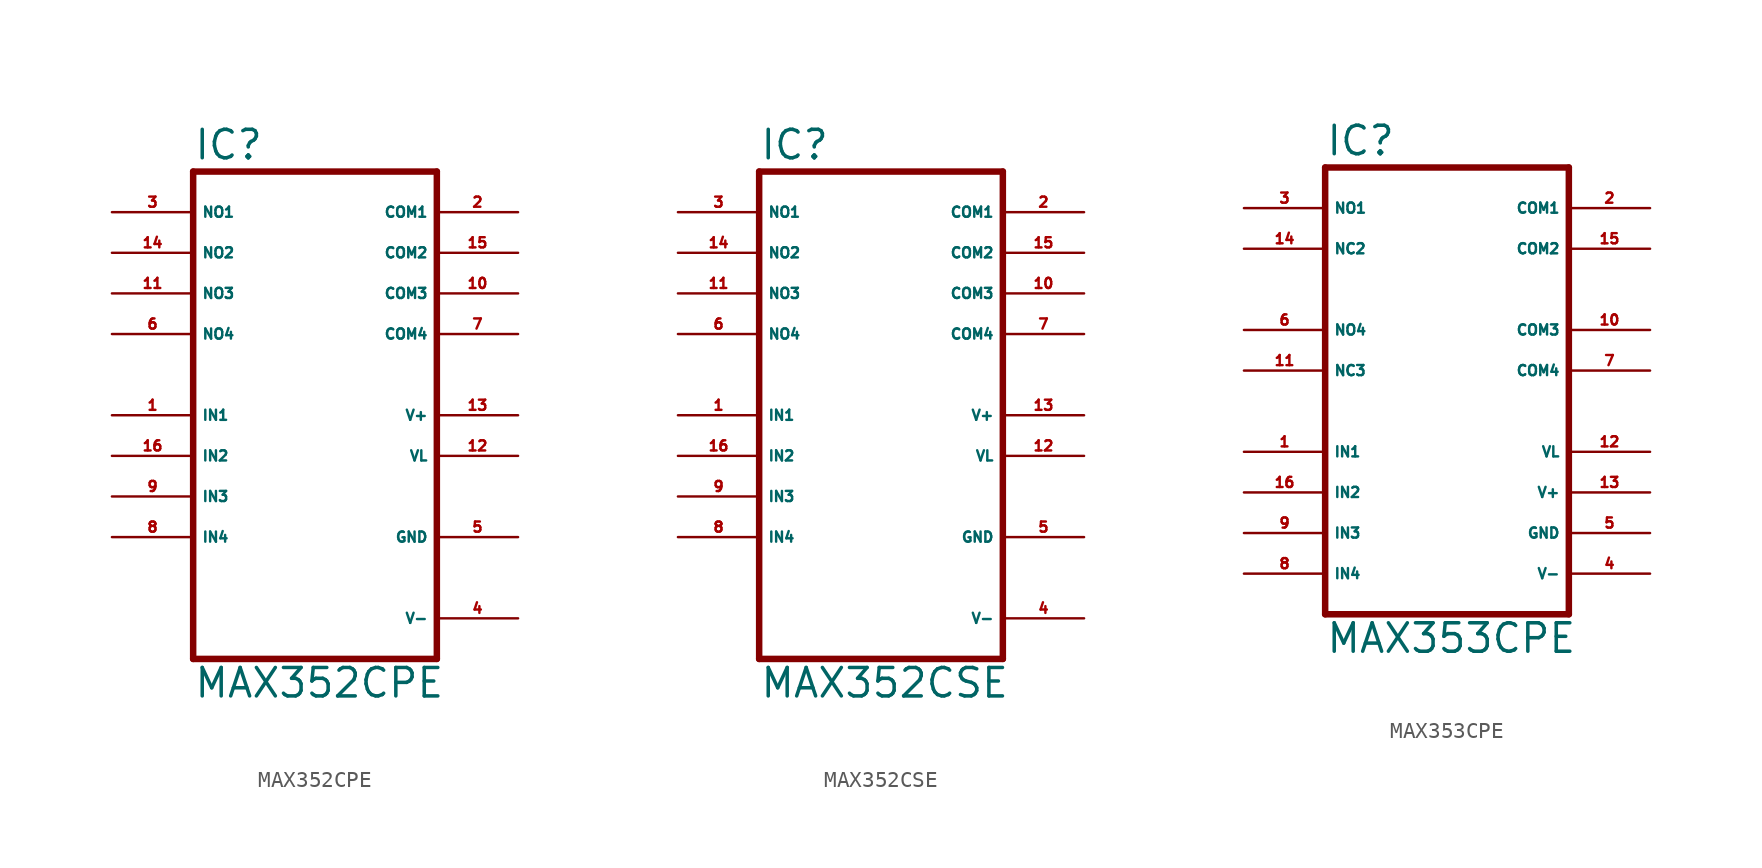
<source format=kicad_sym>
(kicad_symbol_lib
  (version 20220914)
  (generator Eagle2Kicad)
  (symbol "MAX352CPE"
    (property "Reference" "IC"
      (at -7.62 15.875 0)
      (effects (font (size 1.778 1.778) (thickness 0.22)) (justify left bottom)))
    (property "Value" "MAX352CPE"
      (at -7.62 -17.78 0)
      (effects (font (size 1.778 1.778) (thickness 0.22)) (justify left bottom)))
    (polyline
      (pts (xy 7.62 -15.24) (xy -7.62 -15.24))
      (stroke (width 0.406) (type default))
      (fill (type none)))
    (polyline
      (pts (xy -7.62 -15.24) (xy -7.62 15.24))
      (stroke (width 0.406) (type default))
      (fill (type none)))
    (polyline
      (pts (xy -7.62 15.24) (xy 7.62 15.24))
      (stroke (width 0.406) (type default))
      (fill (type none)))
    (polyline
      (pts (xy 7.62 15.24) (xy 7.62 -15.24))
      (stroke (width 0.406) (type default))
      (fill (type none)))
    (pin input line
      (at -12.7 0 0)
      (length 5.08)
      (name "IN1" (effects (font (size 0.635 0.635) (thickness 0.08)) (justify left bottom)))
      (number "1" (effects (font (size 0.635 0.635) (thickness 0.08)) (justify left bottom))))
    (pin input line
      (at -12.7 -2.54 0)
      (length 5.08)
      (name "IN2" (effects (font (size 0.635 0.635) (thickness 0.08)) (justify left bottom)))
      (number "16" (effects (font (size 0.635 0.635) (thickness 0.08)) (justify left bottom))))
    (pin input line
      (at -12.7 -5.08 0)
      (length 5.08)
      (name "IN3" (effects (font (size 0.635 0.635) (thickness 0.08)) (justify left bottom)))
      (number "9" (effects (font (size 0.635 0.635) (thickness 0.08)) (justify left bottom))))
    (pin input line
      (at -12.7 -7.62 0)
      (length 5.08)
      (name "IN4" (effects (font (size 0.635 0.635) (thickness 0.08)) (justify left bottom)))
      (number "8" (effects (font (size 0.635 0.635) (thickness 0.08)) (justify left bottom))))
    (pin passive line
      (at -12.7 12.7 0)
      (length 5.08)
      (name "NO1" (effects (font (size 0.635 0.635) (thickness 0.08)) (justify left bottom)))
      (number "3" (effects (font (size 0.635 0.635) (thickness 0.08)) (justify left bottom))))
    (pin passive line
      (at -12.7 10.16 0)
      (length 5.08)
      (name "NO2" (effects (font (size 0.635 0.635) (thickness 0.08)) (justify left bottom)))
      (number "14" (effects (font (size 0.635 0.635) (thickness 0.08)) (justify left bottom))))
    (pin passive line
      (at -12.7 7.62 0)
      (length 5.08)
      (name "NO3" (effects (font (size 0.635 0.635) (thickness 0.08)) (justify left bottom)))
      (number "11" (effects (font (size 0.635 0.635) (thickness 0.08)) (justify left bottom))))
    (pin passive line
      (at -12.7 5.08 0)
      (length 5.08)
      (name "NO4" (effects (font (size 0.635 0.635) (thickness 0.08)) (justify left bottom)))
      (number "6" (effects (font (size 0.635 0.635) (thickness 0.08)) (justify left bottom))))
    (pin passive line
      (at 12.7 12.7 180)
      (length 5.08)
      (name "COM1" (effects (font (size 0.635 0.635) (thickness 0.08)) (justify left bottom)))
      (number "2" (effects (font (size 0.635 0.635) (thickness 0.08)) (justify left bottom))))
    (pin passive line
      (at 12.7 10.16 180)
      (length 5.08)
      (name "COM2" (effects (font (size 0.635 0.635) (thickness 0.08)) (justify left bottom)))
      (number "15" (effects (font (size 0.635 0.635) (thickness 0.08)) (justify left bottom))))
    (pin passive line
      (at 12.7 7.62 180)
      (length 5.08)
      (name "COM3" (effects (font (size 0.635 0.635) (thickness 0.08)) (justify left bottom)))
      (number "10" (effects (font (size 0.635 0.635) (thickness 0.08)) (justify left bottom))))
    (pin passive line
      (at 12.7 5.08 180)
      (length 5.08)
      (name "COM4" (effects (font (size 0.635 0.635) (thickness 0.08)) (justify left bottom)))
      (number "7" (effects (font (size 0.635 0.635) (thickness 0.08)) (justify left bottom))))
    (pin unspecified line
      (at 12.7 0 180)
      (length 5.08)
      (name "V+" (effects (font (size 0.635 0.635) (thickness 0.08)) (justify left bottom)))
      (number "13" (effects (font (size 0.635 0.635) (thickness 0.08)) (justify left bottom))))
    (pin unspecified line
      (at 12.7 -2.54 180)
      (length 5.08)
      (name "VL" (effects (font (size 0.635 0.635) (thickness 0.08)) (justify left bottom)))
      (number "12" (effects (font (size 0.635 0.635) (thickness 0.08)) (justify left bottom))))
    (pin unspecified line
      (at 12.7 -7.62 180)
      (length 5.08)
      (name "GND" (effects (font (size 0.635 0.635) (thickness 0.08)) (justify left bottom)))
      (number "5" (effects (font (size 0.635 0.635) (thickness 0.08)) (justify left bottom))))
    (pin unspecified line
      (at 12.7 -12.7 180)
      (length 5.08)
      (name "V-" (effects (font (size 0.635 0.635) (thickness 0.08)) (justify left bottom)))
      (number "4" (effects (font (size 0.635 0.635) (thickness 0.08)) (justify left bottom)))))
  (symbol "MAX352CSE"
    (property "Reference" "IC"
      (at -7.62 15.875 0)
      (effects (font (size 1.778 1.778) (thickness 0.22)) (justify left bottom)))
    (property "Value" "MAX352CSE"
      (at -7.62 -17.78 0)
      (effects (font (size 1.778 1.778) (thickness 0.22)) (justify left bottom)))
    (polyline
      (pts (xy 7.62 -15.24) (xy -7.62 -15.24))
      (stroke (width 0.406) (type default))
      (fill (type none)))
    (polyline
      (pts (xy -7.62 -15.24) (xy -7.62 15.24))
      (stroke (width 0.406) (type default))
      (fill (type none)))
    (polyline
      (pts (xy -7.62 15.24) (xy 7.62 15.24))
      (stroke (width 0.406) (type default))
      (fill (type none)))
    (polyline
      (pts (xy 7.62 15.24) (xy 7.62 -15.24))
      (stroke (width 0.406) (type default))
      (fill (type none)))
    (pin input line
      (at -12.7 0 0)
      (length 5.08)
      (name "IN1" (effects (font (size 0.635 0.635) (thickness 0.08)) (justify left bottom)))
      (number "1" (effects (font (size 0.635 0.635) (thickness 0.08)) (justify left bottom))))
    (pin input line
      (at -12.7 -2.54 0)
      (length 5.08)
      (name "IN2" (effects (font (size 0.635 0.635) (thickness 0.08)) (justify left bottom)))
      (number "16" (effects (font (size 0.635 0.635) (thickness 0.08)) (justify left bottom))))
    (pin input line
      (at -12.7 -5.08 0)
      (length 5.08)
      (name "IN3" (effects (font (size 0.635 0.635) (thickness 0.08)) (justify left bottom)))
      (number "9" (effects (font (size 0.635 0.635) (thickness 0.08)) (justify left bottom))))
    (pin input line
      (at -12.7 -7.62 0)
      (length 5.08)
      (name "IN4" (effects (font (size 0.635 0.635) (thickness 0.08)) (justify left bottom)))
      (number "8" (effects (font (size 0.635 0.635) (thickness 0.08)) (justify left bottom))))
    (pin passive line
      (at -12.7 12.7 0)
      (length 5.08)
      (name "NO1" (effects (font (size 0.635 0.635) (thickness 0.08)) (justify left bottom)))
      (number "3" (effects (font (size 0.635 0.635) (thickness 0.08)) (justify left bottom))))
    (pin passive line
      (at -12.7 10.16 0)
      (length 5.08)
      (name "NO2" (effects (font (size 0.635 0.635) (thickness 0.08)) (justify left bottom)))
      (number "14" (effects (font (size 0.635 0.635) (thickness 0.08)) (justify left bottom))))
    (pin passive line
      (at -12.7 7.62 0)
      (length 5.08)
      (name "NO3" (effects (font (size 0.635 0.635) (thickness 0.08)) (justify left bottom)))
      (number "11" (effects (font (size 0.635 0.635) (thickness 0.08)) (justify left bottom))))
    (pin passive line
      (at -12.7 5.08 0)
      (length 5.08)
      (name "NO4" (effects (font (size 0.635 0.635) (thickness 0.08)) (justify left bottom)))
      (number "6" (effects (font (size 0.635 0.635) (thickness 0.08)) (justify left bottom))))
    (pin passive line
      (at 12.7 12.7 180)
      (length 5.08)
      (name "COM1" (effects (font (size 0.635 0.635) (thickness 0.08)) (justify left bottom)))
      (number "2" (effects (font (size 0.635 0.635) (thickness 0.08)) (justify left bottom))))
    (pin passive line
      (at 12.7 10.16 180)
      (length 5.08)
      (name "COM2" (effects (font (size 0.635 0.635) (thickness 0.08)) (justify left bottom)))
      (number "15" (effects (font (size 0.635 0.635) (thickness 0.08)) (justify left bottom))))
    (pin passive line
      (at 12.7 7.62 180)
      (length 5.08)
      (name "COM3" (effects (font (size 0.635 0.635) (thickness 0.08)) (justify left bottom)))
      (number "10" (effects (font (size 0.635 0.635) (thickness 0.08)) (justify left bottom))))
    (pin passive line
      (at 12.7 5.08 180)
      (length 5.08)
      (name "COM4" (effects (font (size 0.635 0.635) (thickness 0.08)) (justify left bottom)))
      (number "7" (effects (font (size 0.635 0.635) (thickness 0.08)) (justify left bottom))))
    (pin unspecified line
      (at 12.7 0 180)
      (length 5.08)
      (name "V+" (effects (font (size 0.635 0.635) (thickness 0.08)) (justify left bottom)))
      (number "13" (effects (font (size 0.635 0.635) (thickness 0.08)) (justify left bottom))))
    (pin unspecified line
      (at 12.7 -2.54 180)
      (length 5.08)
      (name "VL" (effects (font (size 0.635 0.635) (thickness 0.08)) (justify left bottom)))
      (number "12" (effects (font (size 0.635 0.635) (thickness 0.08)) (justify left bottom))))
    (pin unspecified line
      (at 12.7 -7.62 180)
      (length 5.08)
      (name "GND" (effects (font (size 0.635 0.635) (thickness 0.08)) (justify left bottom)))
      (number "5" (effects (font (size 0.635 0.635) (thickness 0.08)) (justify left bottom))))
    (pin unspecified line
      (at 12.7 -12.7 180)
      (length 5.08)
      (name "V-" (effects (font (size 0.635 0.635) (thickness 0.08)) (justify left bottom)))
      (number "4" (effects (font (size 0.635 0.635) (thickness 0.08)) (justify left bottom)))))
  (symbol "MAX353CPE"
    (property "Reference" "IC"
      (at -7.62 13.335 0)
      (effects (font (size 1.778 1.778) (thickness 0.22)) (justify left bottom)))
    (property "Value" "MAX353CPE"
      (at -7.62 -17.78 0)
      (effects (font (size 1.778 1.778) (thickness 0.22)) (justify left bottom)))
    (polyline
      (pts (xy 7.62 -15.24) (xy -7.62 -15.24))
      (stroke (width 0.406) (type default))
      (fill (type none)))
    (polyline
      (pts (xy -7.62 -15.24) (xy -7.62 12.7))
      (stroke (width 0.406) (type default))
      (fill (type none)))
    (polyline
      (pts (xy -7.62 12.7) (xy 7.62 12.7))
      (stroke (width 0.406) (type default))
      (fill (type none)))
    (polyline
      (pts (xy 7.62 12.7) (xy 7.62 -15.24))
      (stroke (width 0.406) (type default))
      (fill (type none)))
    (pin input line
      (at -12.7 -5.08 0)
      (length 5.08)
      (name "IN1" (effects (font (size 0.635 0.635) (thickness 0.08)) (justify left bottom)))
      (number "1" (effects (font (size 0.635 0.635) (thickness 0.08)) (justify left bottom))))
    (pin input line
      (at -12.7 -7.62 0)
      (length 5.08)
      (name "IN2" (effects (font (size 0.635 0.635) (thickness 0.08)) (justify left bottom)))
      (number "16" (effects (font (size 0.635 0.635) (thickness 0.08)) (justify left bottom))))
    (pin input line
      (at -12.7 -10.16 0)
      (length 5.08)
      (name "IN3" (effects (font (size 0.635 0.635) (thickness 0.08)) (justify left bottom)))
      (number "9" (effects (font (size 0.635 0.635) (thickness 0.08)) (justify left bottom))))
    (pin input line
      (at -12.7 -12.7 0)
      (length 5.08)
      (name "IN4" (effects (font (size 0.635 0.635) (thickness 0.08)) (justify left bottom)))
      (number "8" (effects (font (size 0.635 0.635) (thickness 0.08)) (justify left bottom))))
    (pin passive line
      (at -12.7 10.16 0)
      (length 5.08)
      (name "NO1" (effects (font (size 0.635 0.635) (thickness 0.08)) (justify left bottom)))
      (number "3" (effects (font (size 0.635 0.635) (thickness 0.08)) (justify left bottom))))
    (pin passive line
      (at -12.7 7.62 0)
      (length 5.08)
      (name "NC2" (effects (font (size 0.635 0.635) (thickness 0.08)) (justify left bottom)))
      (number "14" (effects (font (size 0.635 0.635) (thickness 0.08)) (justify left bottom))))
    (pin passive line
      (at -12.7 2.54 0)
      (length 5.08)
      (name "NO4" (effects (font (size 0.635 0.635) (thickness 0.08)) (justify left bottom)))
      (number "6" (effects (font (size 0.635 0.635) (thickness 0.08)) (justify left bottom))))
    (pin passive line
      (at -12.7 0 0)
      (length 5.08)
      (name "NC3" (effects (font (size 0.635 0.635) (thickness 0.08)) (justify left bottom)))
      (number "11" (effects (font (size 0.635 0.635) (thickness 0.08)) (justify left bottom))))
    (pin passive line
      (at 12.7 10.16 180)
      (length 5.08)
      (name "COM1" (effects (font (size 0.635 0.635) (thickness 0.08)) (justify left bottom)))
      (number "2" (effects (font (size 0.635 0.635) (thickness 0.08)) (justify left bottom))))
    (pin passive line
      (at 12.7 7.62 180)
      (length 5.08)
      (name "COM2" (effects (font (size 0.635 0.635) (thickness 0.08)) (justify left bottom)))
      (number "15" (effects (font (size 0.635 0.635) (thickness 0.08)) (justify left bottom))))
    (pin passive line
      (at 12.7 2.54 180)
      (length 5.08)
      (name "COM3" (effects (font (size 0.635 0.635) (thickness 0.08)) (justify left bottom)))
      (number "10" (effects (font (size 0.635 0.635) (thickness 0.08)) (justify left bottom))))
    (pin passive line
      (at 12.7 0 180)
      (length 5.08)
      (name "COM4" (effects (font (size 0.635 0.635) (thickness 0.08)) (justify left bottom)))
      (number "7" (effects (font (size 0.635 0.635) (thickness 0.08)) (justify left bottom))))
    (pin unspecified line
      (at 12.7 -7.62 180)
      (length 5.08)
      (name "V+" (effects (font (size 0.635 0.635) (thickness 0.08)) (justify left bottom)))
      (number "13" (effects (font (size 0.635 0.635) (thickness 0.08)) (justify left bottom))))
    (pin unspecified line
      (at 12.7 -5.08 180)
      (length 5.08)
      (name "VL" (effects (font (size 0.635 0.635) (thickness 0.08)) (justify left bottom)))
      (number "12" (effects (font (size 0.635 0.635) (thickness 0.08)) (justify left bottom))))
    (pin unspecified line
      (at 12.7 -10.16 180)
      (length 5.08)
      (name "GND" (effects (font (size 0.635 0.635) (thickness 0.08)) (justify left bottom)))
      (number "5" (effects (font (size 0.635 0.635) (thickness 0.08)) (justify left bottom))))
    (pin unspecified line
      (at 12.7 -12.7 180)
      (length 5.08)
      (name "V-" (effects (font (size 0.635 0.635) (thickness 0.08)) (justify left bottom)))
      (number "4" (effects (font (size 0.635 0.635) (thickness 0.08)) (justify left bottom))))))
</source>
